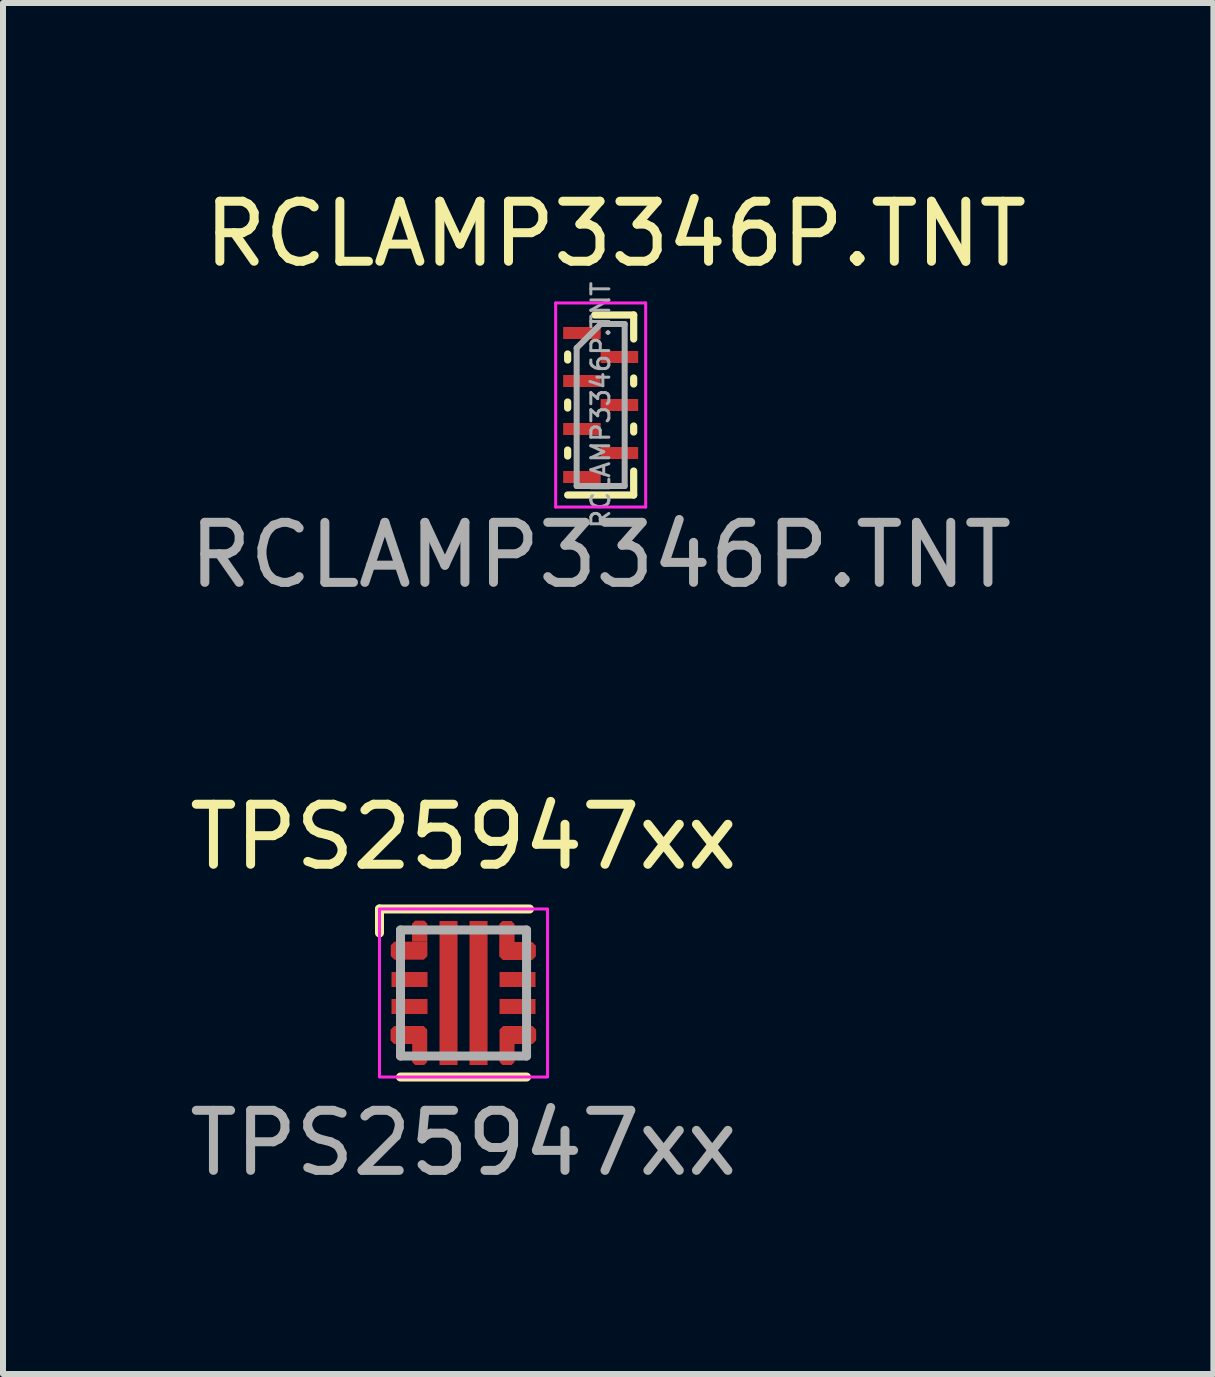
<source format=kicad_pcb>
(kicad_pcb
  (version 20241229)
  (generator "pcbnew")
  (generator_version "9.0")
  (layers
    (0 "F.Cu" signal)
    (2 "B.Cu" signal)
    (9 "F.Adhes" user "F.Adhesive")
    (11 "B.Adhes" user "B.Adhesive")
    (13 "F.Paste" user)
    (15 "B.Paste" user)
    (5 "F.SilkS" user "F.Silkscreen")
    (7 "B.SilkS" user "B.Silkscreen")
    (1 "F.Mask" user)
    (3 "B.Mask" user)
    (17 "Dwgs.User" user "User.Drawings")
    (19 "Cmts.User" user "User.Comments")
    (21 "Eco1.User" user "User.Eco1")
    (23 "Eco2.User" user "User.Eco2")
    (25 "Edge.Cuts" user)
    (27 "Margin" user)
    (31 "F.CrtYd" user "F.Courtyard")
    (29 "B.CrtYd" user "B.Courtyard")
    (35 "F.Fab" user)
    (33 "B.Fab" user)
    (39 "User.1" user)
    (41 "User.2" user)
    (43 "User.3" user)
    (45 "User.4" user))
  (footprint "TPS25947xx"
    (layer "F.Cu")
    (at 4.673 13.495)
    (property "Reference" "TPS25947xx" (at 0 -2.6 0) (unlocked yes) (layer "F.SilkS") (effects (font (size 1 1) (thickness 0.15))))
    (attr smd)
    (fp_poly (pts (xy -0.85 -0.85) (xy -0.85 -1.15) (xy -0.8 -1.2) (xy -0.65 -1.2) (xy -0.6 -1.15) (xy -0.6 -0.6) (xy -0.65 -0.55) (xy -1.15 -0.55) (xy -1.2 -0.6) (xy -1.2 -0.8) (xy -1.15 -0.85)) (stroke (width 0) (type solid)) (fill yes) (layer "F.Mask"))
    (fp_poly (pts (xy -0.85 0.85) (xy -1.15 0.85) (xy -1.2 0.8) (xy -1.2 0.6) (xy -1.15 0.55) (xy -0.65 0.55) (xy -0.6 0.6) (xy -0.6 1.15) (xy -0.65 1.2) (xy -0.8 1.2) (xy -0.85 1.15)) (stroke (width 0) (type solid)) (fill yes) (layer "F.Mask"))
    (fp_poly (pts (xy 0.85 -0.85) (xy 1.15 -0.85) (xy 1.2 -0.8) (xy 1.2 -0.6) (xy 1.15 -0.55) (xy 0.65 -0.55) (xy 0.6 -0.6) (xy 0.6 -1.15) (xy 0.65 -1.2) (xy 0.8 -1.2) (xy 0.85 -1.15)) (stroke (width 0) (type solid)) (fill yes) (layer "F.Mask"))
    (fp_poly (pts (xy 0.85 0.85) (xy 0.85 1.15) (xy 0.8 1.2) (xy 0.65 1.2) (xy 0.6 1.15) (xy 0.6 0.61) (xy 0.66 0.55) (xy 1.15 0.55) (xy 1.21 0.61) (xy 1.21 0.79) (xy 1.15 0.85)) (stroke (width 0) (type solid)) (fill yes) (layer "F.Mask"))
    (fp_line (start -1.4 -1.4) (end -1.4 -1) (stroke (width 0.15) (type default)) (layer "F.SilkS"))
    (fp_line (start -1.4 -1.4) (end 1.1 -1.4) (stroke (width 0.15) (type solid)) (layer "F.SilkS"))
    (fp_line (start -1.05 1.4) (end 1.05 1.4) (stroke (width 0.15) (type solid)) (layer "F.SilkS"))
    (fp_poly (pts (xy -0.34 1.16) (xy -0.39 1.11) (xy -0.39 0.15) (xy -0.34 0.1) (xy -0.16 0.1) (xy -0.11 0.15) (xy -0.11 1.11) (xy -0.16 1.16)) (stroke (width 0) (type solid)) (fill yes) (layer "F.Paste"))
    (fp_poly (pts (xy -0.11 -1.11) (xy -0.11 -0.15) (xy -0.16 -0.1) (xy -0.34 -0.1) (xy -0.39 -0.15) (xy -0.39 -1.11) (xy -0.34 -1.16) (xy -0.16 -1.16)) (stroke (width 0) (type solid)) (fill yes) (layer "F.Paste"))
    (fp_poly (pts (xy 0.39 -0.15) (xy 0.34 -0.1) (xy 0.16 -0.1) (xy 0.11 -0.15) (xy 0.11 -1.11) (xy 0.16 -1.16) (xy 0.34 -1.16) (xy 0.39 -1.11)) (stroke (width 0) (type solid)) (fill yes) (layer "F.Paste"))
    (fp_poly (pts (xy 0.39 1.11) (xy 0.34 1.16) (xy 0.16 1.16) (xy 0.11 1.11) (xy 0.11 0.15) (xy 0.16 0.1) (xy 0.34 0.1) (xy 0.39 0.15)) (stroke (width 0) (type solid)) (fill yes) (layer "F.Paste"))
    (fp_poly (pts (xy -0.825 -0.825) (xy -0.825 -1.15) (xy -0.775 -1.2) (xy -0.65 -1.2) (xy -0.6 -1.15) (xy -0.6 -0.6) (xy -0.65 -0.55) (xy -1.15 -0.55) (xy -1.2 -0.6) (xy -1.2 -0.775) (xy -1.15 -0.825)) (stroke (width 0) (type solid)) (fill yes) (layer "F.Paste"))
    (fp_poly (pts (xy -0.825 0.825) (xy -0.825 1.15) (xy -0.775 1.2) (xy -0.65 1.2) (xy -0.6 1.15) (xy -0.6 0.6) (xy -0.65 0.55) (xy -1.15 0.55) (xy -1.2 0.6) (xy -1.2 0.775) (xy -1.15 0.825)) (stroke (width 0) (type solid)) (fill yes) (layer "F.Paste"))
    (fp_poly (pts (xy 0.825 -0.825) (xy 0.825 -1.15) (xy 0.775 -1.2) (xy 0.65 -1.2) (xy 0.6 -1.15) (xy 0.6 -0.6) (xy 0.65 -0.55) (xy 1.15 -0.55) (xy 1.2 -0.6) (xy 1.2 -0.775) (xy 1.15 -0.825)) (stroke (width 0) (type solid)) (fill yes) (layer "F.Paste"))
    (fp_poly (pts (xy 0.825 0.825) (xy 0.825 1.15) (xy 0.775 1.2) (xy 0.65 1.2) (xy 0.6 1.15) (xy 0.6 0.61) (xy 0.66 0.55) (xy 1.15 0.55) (xy 1.2 0.6) (xy 1.2 0.775) (xy 1.15 0.825)) (stroke (width 0) (type solid)) (fill yes) (layer "F.Paste"))
    (fp_rect (start -1.4 -1.4) (end 1.4 1.4) (stroke (width 0.05) (type default)) (fill no) (layer "F.CrtYd"))
    (fp_line (start -1.05 -1.05) (end 1.05 -1.05) (stroke (width 0.15) (type solid)) (layer "F.Fab"))
    (fp_line (start -1.05 1.05) (end -1.05 -1.05) (stroke (width 0.15) (type solid)) (layer "F.Fab"))
    (fp_line (start -1.05 1.05) (end 1.05 1.05) (stroke (width 0.15) (type solid)) (layer "F.Fab"))
    (fp_line (start 1.05 1.05) (end 1.05 -1.05) (stroke (width 0.15) (type solid)) (layer "F.Fab"))
    (fp_text user "${REFERENCE}" (at 0 2.5 0) (unlocked yes) (layer "F.Fab") (effects (font (size 1 1) (thickness 0.15))))
    (pad "1" smd roundrect (at -0.907 -0.705 180) (size 0.61 0.3) (layers "F.Cu" "F.Mask") (roundrect_rratio 0) (chamfer_ratio 0.2) (chamfer top_left top_right bottom_right))
    (pad "1" smd roundrect (at -0.73 -1.03 180) (size 0.255 0.35) (layers "F.Cu" "F.Mask") (roundrect_rratio 0) (chamfer_ratio 0.2) (chamfer bottom_left bottom_right))
    (pad "2" smd rect (at -0.9 -0.225) (size 0.6 0.25) (layers "F.Cu" "F.Mask" "F.Paste"))
    (pad "3" smd rect (at -0.9 0.225) (size 0.6 0.25) (layers "F.Cu" "F.Mask" "F.Paste"))
    (pad "4" smd roundrect (at -0.91 0.7) (size 0.61 0.3) (layers "F.Cu" "F.Mask") (roundrect_rratio 0) (chamfer_ratio 0.2) (chamfer top_left top_right bottom_left))
    (pad "4" smd roundrect (at -0.73 1.025) (size 0.25 0.35) (layers "F.Cu" "F.Mask") (roundrect_rratio 0) (chamfer_ratio 0.2) (chamfer bottom_left bottom_right))
    (pad "5" smd rect (at -0.25 0) (size 0.3 2.4) (layers "F.Cu" "F.Mask"))
    (pad "6" smd rect (at 0.25 0) (size 0.3 2.4) (layers "F.Cu" "F.Mask"))
    (pad "7" smd roundrect (at 0.725 1.025) (size 0.25 0.35) (layers "F.Cu" "F.Mask") (roundrect_rratio 0) (chamfer_ratio 0.2) (chamfer bottom_left bottom_right))
    (pad "7" smd roundrect (at 0.905 0.7) (size 0.61 0.3) (layers "F.Cu" "F.Mask") (roundrect_rratio 0) (chamfer_ratio 0.2) (chamfer top_left top_right bottom_right))
    (pad "8" smd rect (at 0.9 0.225) (size 0.6 0.25) (layers "F.Cu" "F.Mask" "F.Paste"))
    (pad "9" smd rect (at 0.9 -0.225) (size 0.6 0.25) (layers "F.Cu" "F.Mask" "F.Paste"))
    (pad "10" smd roundrect (at 0.723 -1.025 180) (size 0.255 0.35) (layers "F.Cu" "F.Mask") (roundrect_rratio 0) (chamfer_ratio 0.2) (chamfer bottom_left bottom_right))
    (pad "10" smd roundrect (at 0.9 -0.7 180) (size 0.61 0.3) (layers "F.Cu" "F.Mask") (roundrect_rratio 0) (chamfer_ratio 0.2) (chamfer top_left top_right bottom_left)))
  (footprint "RCLAMP3346P.TNT"
    (layer "F.Cu")
    (at 6.958 3.698)
    (property "Reference" "RCLAMP3346P.TNT" (at 0.25 -2.85 0) (unlocked yes) (layer "F.SilkS") (effects (font (size 1 1) (thickness 0.15))))
    (attr smd)
    (fp_line (start -0.55 -0.85) (end -0.55 -0.75) (stroke (width 0.12) (type solid)) (layer "F.SilkS"))
    (fp_line (start -0.55 -0.05) (end -0.55 0.05) (stroke (width 0.12) (type solid)) (layer "F.SilkS"))
    (fp_line (start -0.55 0.75) (end -0.55 0.85) (stroke (width 0.12) (type solid)) (layer "F.SilkS"))
    (fp_line (start 0.55 -1.5) (end -0.1 -1.5) (stroke (width 0.12) (type solid)) (layer "F.SilkS"))
    (fp_line (start 0.55 -1.1) (end 0.55 -1.5) (stroke (width 0.12) (type solid)) (layer "F.SilkS"))
    (fp_line (start 0.55 -0.45) (end 0.55 -0.35) (stroke (width 0.12) (type solid)) (layer "F.SilkS"))
    (fp_line (start 0.55 0.35) (end 0.55 0.45) (stroke (width 0.12) (type solid)) (layer "F.SilkS"))
    (fp_line (start 0.55 1.1) (end 0.55 1.5) (stroke (width 0.12) (type solid)) (layer "F.SilkS"))
    (fp_line (start 0.55 1.5) (end -0.55 1.5) (stroke (width 0.12) (type solid)) (layer "F.SilkS"))
    (fp_line (start -0.75 -1.7) (end -0.75 1.7) (stroke (width 0.05) (type solid)) (layer "F.CrtYd"))
    (fp_line (start -0.75 1.7) (end 0.75 1.7) (stroke (width 0.05) (type solid)) (layer "F.CrtYd"))
    (fp_line (start 0.75 -1.7) (end -0.75 -1.7) (stroke (width 0.05) (type solid)) (layer "F.CrtYd"))
    (fp_line (start 0.75 1.7) (end 0.75 -1.7) (stroke (width 0.05) (type solid)) (layer "F.CrtYd"))
    (fp_line (start -0.4 -0.95) (end -0.4 1.35) (stroke (width 0.1) (type solid)) (layer "F.Fab"))
    (fp_line (start -0.4 1.35) (end 0.4 1.35) (stroke (width 0.1) (type solid)) (layer "F.Fab"))
    (fp_line (start 0 -1.35) (end -0.4 -0.95) (stroke (width 0.1) (type solid)) (layer "F.Fab"))
    (fp_line (start 0.4 -1.35) (end 0 -1.35) (stroke (width 0.1) (type solid)) (layer "F.Fab"))
    (fp_line (start 0.4 1.35) (end 0.4 -1.35) (stroke (width 0.1) (type solid)) (layer "F.Fab"))
    (fp_text user "${REFERENCE}" (at 0 2.5 0) (unlocked yes) (layer "F.Fab") (effects (font (size 1 1) (thickness 0.15))))
    (fp_text user "${REFERENCE}" (at 0 0 90) (layer "F.Fab") (effects (font (size 0.3 0.3) (thickness 0.05))))
    (pad "1" smd rect (at -0.312 -1.2) (size 0.625 0.2) (layers "F.Cu" "F.Mask" "F.Paste"))
    (pad "2" smd rect (at -0.312 -0.4) (size 0.625 0.2) (layers "F.Cu" "F.Mask" "F.Paste"))
    (pad "3" smd rect (at -0.312 0.4) (size 0.625 0.2) (layers "F.Cu" "F.Mask" "F.Paste"))
    (pad "4" smd rect (at -0.312 1.2) (size 0.625 0.2) (layers "F.Cu" "F.Mask" "F.Paste"))
    (pad "5" smd rect (at 0.312 0.8) (size 0.625 0.2) (layers "F.Cu" "F.Mask" "F.Paste"))
    (pad "6" smd rect (at 0.312 0) (size 0.625 0.2) (layers "F.Cu" "F.Mask" "F.Paste"))
    (pad "7" smd rect (at 0.312 -0.8) (size 0.625 0.2) (layers "F.Cu" "F.Mask" "F.Paste")))
  (gr_rect
    (start -3 -3)
    (end 17.167 19.843)
    (stroke (width 0.1) (type default))
    (fill no)
    (layer "Edge.Cuts")))
</source>
